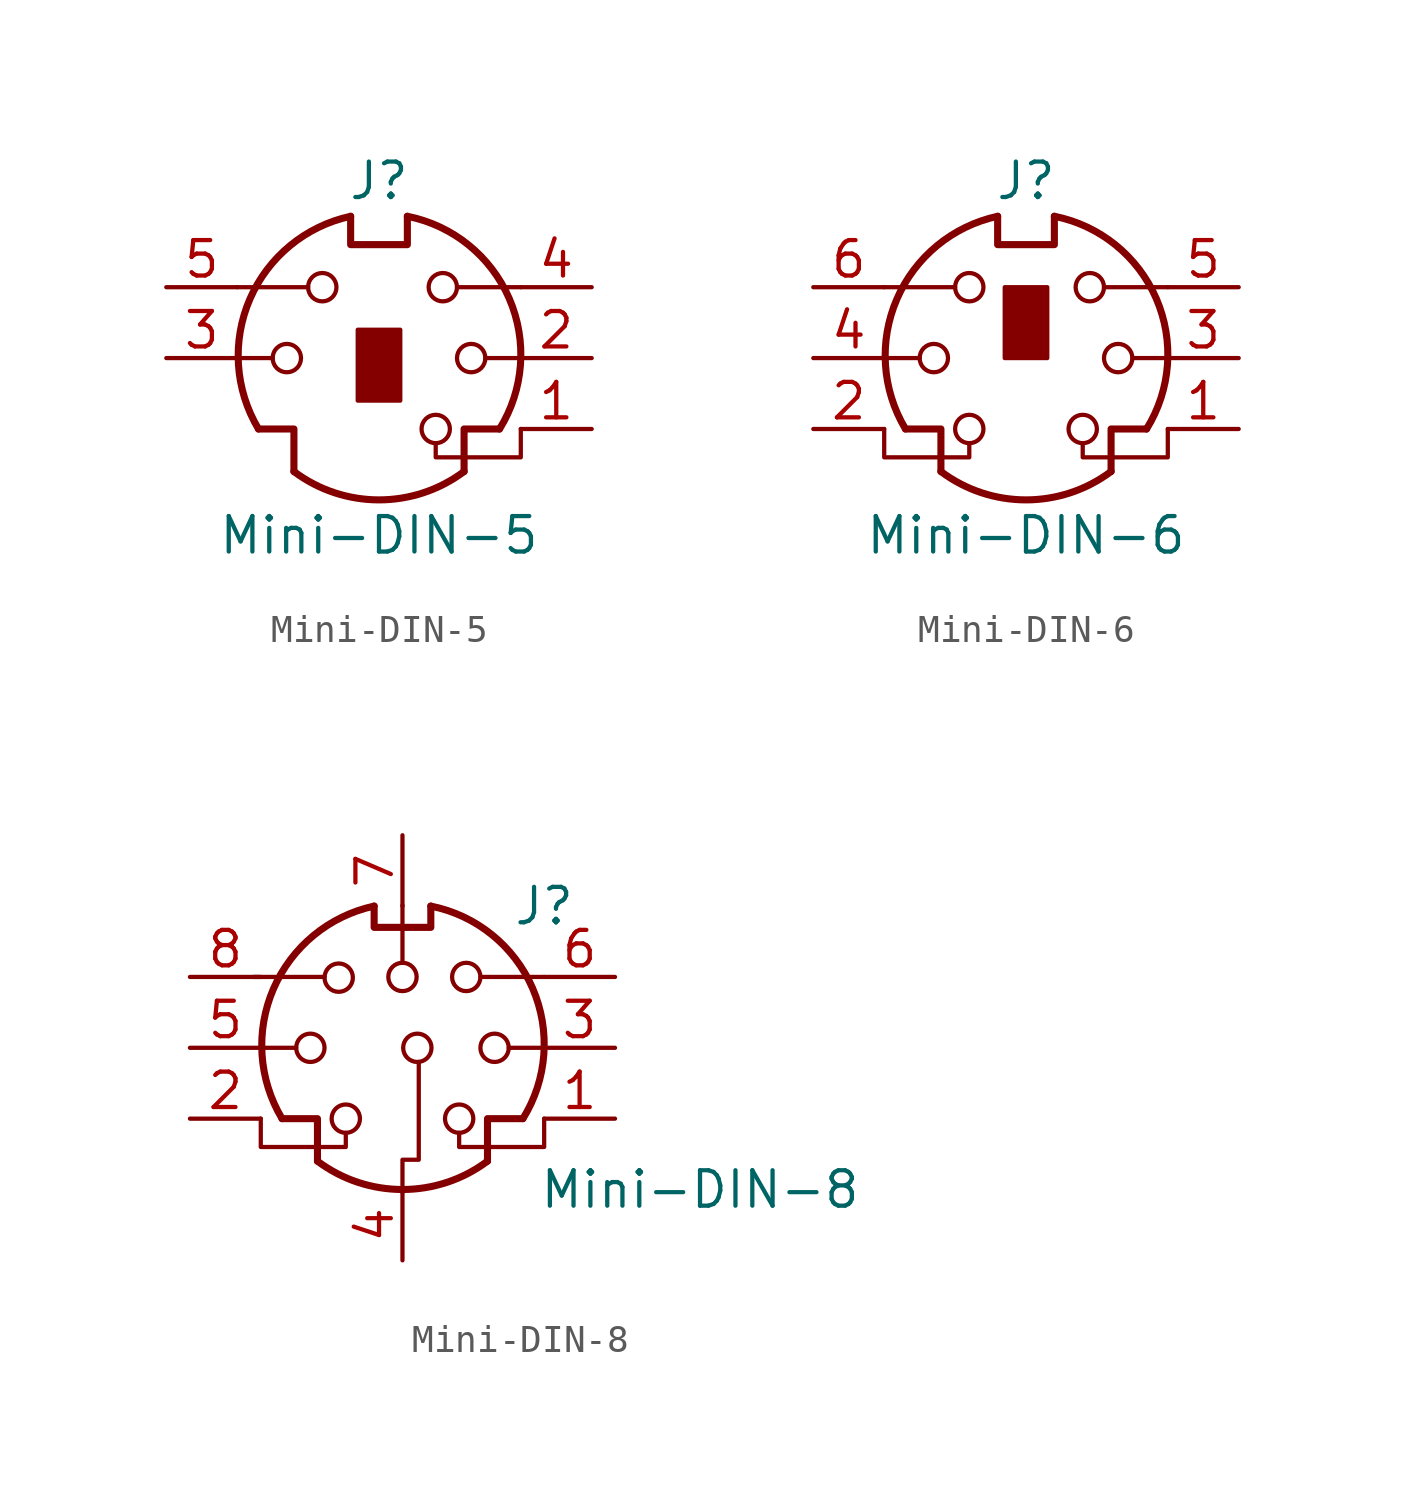
<source format=kicad_sym>
(kicad_symbol_lib
  (version 20211014)
  (generator kicad_symbol_editor)
  (symbol "Mini-DIN-5"
    (pin_names
      (offset 1.016))
    (property "Reference" "J"
      (at 0 6.35 0)
      (effects (font (size 1.27 1.27))))
    (property "Value" "Mini-DIN-5"
      (at 0 -6.35 0)
      (effects (font (size 1.27 1.27))))
    (symbol "Mini-DIN-5_0_1"
      (circle (center -3.302 0) (radius 0.508) (stroke (width 0) (type default) (color 0 0 0 0)) (fill (type none)))
      (arc (start -3.048 -4.064) (mid 0 -5.08) (end 3.048 -4.064) (stroke (width 0.254) (type default) (color 0 0 0 0)) (fill (type none)))
      (circle (center -2.032 2.54) (radius 0.508) (stroke (width 0) (type default) (color 0 0 0 0)) (fill (type none)))
      (arc (start -1.016 5.08) (mid -4.6228 2.1214) (end -4.318 -2.54) (stroke (width 0.254) (type default) (color 0 0 0 0)) (fill (type none)))
      (rectangle (start -0.762 1.016) (end 0.762 -1.524) (stroke (width 0) (type default) (color 0 0 0 0)) (fill (type outline)))
      (polyline (pts (xy -3.81 0) (xy -5.08 0)) (stroke (width 0) (type default) (color 0 0 0 0)) (fill (type none)))
      (polyline (pts (xy -2.54 2.54) (xy -5.08 2.54)) (stroke (width 0) (type default) (color 0 0 0 0)) (fill (type none)))
      (polyline (pts (xy 2.794 2.54) (xy 5.08 2.54)) (stroke (width 0) (type default) (color 0 0 0 0)) (fill (type none)))
      (polyline (pts (xy 5.08 0) (xy 3.81 0)) (stroke (width 0) (type default) (color 0 0 0 0)) (fill (type none)))
      (polyline (pts (xy -4.318 -2.54) (xy -3.048 -2.54) (xy -3.048 -4.064)) (stroke (width 0.254) (type default) (color 0 0 0 0)) (fill (type none)))
      (polyline (pts (xy 4.318 -2.54) (xy 3.048 -2.54) (xy 3.048 -4.064)) (stroke (width 0.254) (type default) (color 0 0 0 0)) (fill (type none)))
      (polyline (pts (xy -1.016 5.08) (xy -1.016 4.064) (xy 1.016 4.064) (xy 1.016 5.08)) (stroke (width 0.254) (type default) (color 0 0 0 0)) (fill (type none)))
      (polyline (pts (xy 2.032 -3.048) (xy 2.032 -3.556) (xy 5.08 -3.556) (xy 5.08 -2.54)) (stroke (width 0) (type default) (color 0 0 0 0)) (fill (type none)))
      (circle (center 2.032 -2.54) (radius 0.508) (stroke (width 0) (type default) (color 0 0 0 0)) (fill (type none)))
      (circle (center 2.286 2.54) (radius 0.508) (stroke (width 0) (type default) (color 0 0 0 0)) (fill (type none)))
      (circle (center 3.302 0) (radius 0.508) (stroke (width 0) (type default) (color 0 0 0 0)) (fill (type none)))
      (arc (start 4.318 -2.54) (mid 4.6661 2.1322) (end 1.016 5.08) (stroke (width 0.254) (type default) (color 0 0 0 0)) (fill (type none))))
    (symbol "Mini-DIN-5_1_1"
      (pin passive line (at 7.62 -2.54 180) (length 2.54) (name "~" (effects (font (size 1.27 1.27)))) (number "1" (effects (font (size 1.27 1.27)))))
      (pin passive line (at 7.62 0 180) (length 2.54) (name "~" (effects (font (size 1.27 1.27)))) (number "2" (effects (font (size 1.27 1.27)))))
      (pin passive line (at -7.62 0 0) (length 2.54) (name "~" (effects (font (size 1.27 1.27)))) (number "3" (effects (font (size 1.27 1.27)))))
      (pin passive line (at 7.62 2.54 180) (length 2.54) (name "~" (effects (font (size 1.27 1.27)))) (number "4" (effects (font (size 1.27 1.27)))))
      (pin passive line (at -7.62 2.54 0) (length 2.54) (name "~" (effects (font (size 1.27 1.27)))) (number "5" (effects (font (size 1.27 1.27)))))))
  (symbol "Mini-DIN-6"
    (pin_names
      (offset 1.016))
    (property "Reference" "J"
      (at 0 6.35 0)
      (effects (font (size 1.27 1.27))))
    (property "Value" "Mini-DIN-6"
      (at 0 -6.35 0)
      (effects (font (size 1.27 1.27))))
    (symbol "Mini-DIN-6_0_1"
      (circle (center -3.302 0) (radius 0.508) (stroke (width 0) (type default) (color 0 0 0 0)) (fill (type none)))
      (arc (start -3.048 -4.064) (mid 0 -5.08) (end 3.048 -4.064) (stroke (width 0.254) (type default) (color 0 0 0 0)) (fill (type none)))
      (circle (center -2.032 -2.54) (radius 0.508) (stroke (width 0) (type default) (color 0 0 0 0)) (fill (type none)))
      (circle (center -2.032 2.54) (radius 0.508) (stroke (width 0) (type default) (color 0 0 0 0)) (fill (type none)))
      (arc (start -1.016 5.08) (mid -4.6228 2.1214) (end -4.318 -2.54) (stroke (width 0.254) (type default) (color 0 0 0 0)) (fill (type none)))
      (rectangle (start -0.762 2.54) (end 0.762 0) (stroke (width 0) (type default) (color 0 0 0 0)) (fill (type outline)))
      (polyline (pts (xy -3.81 0) (xy -5.08 0)) (stroke (width 0) (type default) (color 0 0 0 0)) (fill (type none)))
      (polyline (pts (xy -2.54 2.54) (xy -5.08 2.54)) (stroke (width 0) (type default) (color 0 0 0 0)) (fill (type none)))
      (polyline (pts (xy 2.794 2.54) (xy 5.08 2.54)) (stroke (width 0) (type default) (color 0 0 0 0)) (fill (type none)))
      (polyline (pts (xy 5.08 0) (xy 3.81 0)) (stroke (width 0) (type default) (color 0 0 0 0)) (fill (type none)))
      (polyline (pts (xy -4.318 -2.54) (xy -3.048 -2.54) (xy -3.048 -4.064)) (stroke (width 0.254) (type default) (color 0 0 0 0)) (fill (type none)))
      (polyline (pts (xy 4.318 -2.54) (xy 3.048 -2.54) (xy 3.048 -4.064)) (stroke (width 0.254) (type default) (color 0 0 0 0)) (fill (type none)))
      (polyline (pts (xy -2.032 -3.048) (xy -2.032 -3.556) (xy -5.08 -3.556) (xy -5.08 -2.54)) (stroke (width 0) (type default) (color 0 0 0 0)) (fill (type none)))
      (polyline (pts (xy -1.016 5.08) (xy -1.016 4.064) (xy 1.016 4.064) (xy 1.016 5.08)) (stroke (width 0.254) (type default) (color 0 0 0 0)) (fill (type none)))
      (polyline (pts (xy 2.032 -3.048) (xy 2.032 -3.556) (xy 5.08 -3.556) (xy 5.08 -2.54)) (stroke (width 0) (type default) (color 0 0 0 0)) (fill (type none)))
      (circle (center 2.032 -2.54) (radius 0.508) (stroke (width 0) (type default) (color 0 0 0 0)) (fill (type none)))
      (circle (center 2.286 2.54) (radius 0.508) (stroke (width 0) (type default) (color 0 0 0 0)) (fill (type none)))
      (circle (center 3.302 0) (radius 0.508) (stroke (width 0) (type default) (color 0 0 0 0)) (fill (type none)))
      (arc (start 4.318 -2.54) (mid 4.6661 2.1322) (end 1.016 5.08) (stroke (width 0.254) (type default) (color 0 0 0 0)) (fill (type none))))
    (symbol "Mini-DIN-6_1_1"
      (pin passive line (at 7.62 -2.54 180) (length 2.54) (name "~" (effects (font (size 1.27 1.27)))) (number "1" (effects (font (size 1.27 1.27)))))
      (pin passive line (at -7.62 -2.54 0) (length 2.54) (name "~" (effects (font (size 1.27 1.27)))) (number "2" (effects (font (size 1.27 1.27)))))
      (pin passive line (at 7.62 0 180) (length 2.54) (name "~" (effects (font (size 1.27 1.27)))) (number "3" (effects (font (size 1.27 1.27)))))
      (pin passive line (at -7.62 0 0) (length 2.54) (name "~" (effects (font (size 1.27 1.27)))) (number "4" (effects (font (size 1.27 1.27)))))
      (pin passive line (at 7.62 2.54 180) (length 2.54) (name "~" (effects (font (size 1.27 1.27)))) (number "5" (effects (font (size 1.27 1.27)))))
      (pin passive line (at -7.62 2.54 0) (length 2.54) (name "~" (effects (font (size 1.27 1.27)))) (number "6" (effects (font (size 1.27 1.27)))))))
  (symbol "Mini-DIN-8"
    (pin_names
      (offset 1.016))
    (property "Reference" "J"
      (at 5.08 5.08 0)
      (effects (font (size 1.27 1.27))))
    (property "Value" "Mini-DIN-8"
      (at 10.668 -5.08 0)
      (effects (font (size 1.27 1.27))))
    (symbol "Mini-DIN-8_0_1"
      (circle (center -3.302 0) (radius 0.508) (stroke (width 0) (type default) (color 0 0 0 0)) (fill (type none)))
      (arc (start -3.048 -4.064) (mid 0 -5.08) (end 3.048 -4.064) (stroke (width 0.254) (type default) (color 0 0 0 0)) (fill (type none)))
      (circle (center -2.286 2.515) (radius 0.508) (stroke (width 0) (type default) (color 0 0 0 0)) (fill (type none)))
      (circle (center -2.032 -2.54) (radius 0.508) (stroke (width 0) (type default) (color 0 0 0 0)) (fill (type none)))
      (arc (start -1.016 5.08) (mid -4.6228 2.1214) (end -4.318 -2.54) (stroke (width 0.254) (type default) (color 0 0 0 0)) (fill (type none)))
      (polyline (pts (xy -3.81 0) (xy -5.08 0)) (stroke (width 0) (type default) (color 0 0 0 0)) (fill (type none)))
      (polyline (pts (xy -2.794 2.54) (xy -5.334 2.54)) (stroke (width 0) (type default) (color 0 0 0 0)) (fill (type none)))
      (polyline (pts (xy 0 5.105) (xy 0 3.048)) (stroke (width 0) (type default) (color 0 0 0 0)) (fill (type none)))
      (polyline (pts (xy 2.794 2.54) (xy 5.08 2.54)) (stroke (width 0) (type default) (color 0 0 0 0)) (fill (type none)))
      (polyline (pts (xy 5.08 0) (xy 3.81 0)) (stroke (width 0) (type default) (color 0 0 0 0)) (fill (type none)))
      (polyline (pts (xy -4.318 -2.54) (xy -3.048 -2.54) (xy -3.048 -4.064)) (stroke (width 0.254) (type default) (color 0 0 0 0)) (fill (type none)))
      (polyline (pts (xy 4.318 -2.54) (xy 3.048 -2.54) (xy 3.048 -4.064)) (stroke (width 0.254) (type default) (color 0 0 0 0)) (fill (type none)))
      (polyline (pts (xy -2.032 -3.048) (xy -2.032 -3.556) (xy -5.08 -3.556) (xy -5.08 -2.54)) (stroke (width 0) (type default) (color 0 0 0 0)) (fill (type none)))
      (polyline (pts (xy -1.016 5.08) (xy -1.016 4.318) (xy 1.016 4.318) (xy 1.016 5.08)) (stroke (width 0.254) (type default) (color 0 0 0 0)) (fill (type none)))
      (polyline (pts (xy 0.584 -0.508) (xy 0.584 -4.013) (xy 0 -4.013) (xy 0 -5.182)) (stroke (width 0) (type default) (color 0 0 0 0)) (fill (type none)))
      (polyline (pts (xy 2.032 -3.048) (xy 2.032 -3.556) (xy 5.08 -3.556) (xy 5.08 -2.54)) (stroke (width 0) (type default) (color 0 0 0 0)) (fill (type none)))
      (circle (center 0 2.54) (radius 0.508) (stroke (width 0) (type default) (color 0 0 0 0)) (fill (type none)))
      (circle (center 2.032 -2.54) (radius 0.508) (stroke (width 0) (type default) (color 0 0 0 0)) (fill (type none)))
      (circle (center 2.286 2.54) (radius 0.508) (stroke (width 0) (type default) (color 0 0 0 0)) (fill (type none)))
      (circle (center 3.302 0) (radius 0.508) (stroke (width 0) (type default) (color 0 0 0 0)) (fill (type none)))
      (arc (start 4.318 -2.54) (mid 4.6661 2.1322) (end 1.016 5.08) (stroke (width 0.254) (type default) (color 0 0 0 0)) (fill (type none))))
    (symbol "Mini-DIN-8_1_1"
      (circle (center 0.533 0) (radius 0.508) (stroke (width 0) (type default) (color 0 0 0 0)) (fill (type none)))
      (pin passive line (at 7.62 -2.54 180) (length 2.54) (name "~" (effects (font (size 1.27 1.27)))) (number "1" (effects (font (size 1.27 1.27)))))
      (pin passive line (at -7.62 -2.54 0) (length 2.54) (name "~" (effects (font (size 1.27 1.27)))) (number "2" (effects (font (size 1.27 1.27)))))
      (pin passive line (at 7.62 0 180) (length 2.54) (name "~" (effects (font (size 1.27 1.27)))) (number "3" (effects (font (size 1.27 1.27)))))
      (pin passive line (at 0 -7.62 90) (length 2.54) (name "~" (effects (font (size 1.27 1.27)))) (number "4" (effects (font (size 1.27 1.27)))))
      (pin passive line (at -7.62 0 0) (length 2.54) (name "~" (effects (font (size 1.27 1.27)))) (number "5" (effects (font (size 1.27 1.27)))))
      (pin passive line (at 7.62 2.54 180) (length 2.54) (name "~" (effects (font (size 1.27 1.27)))) (number "6" (effects (font (size 1.27 1.27)))))
      (pin passive line (at 0 7.62 270) (length 2.54) (name "~" (effects (font (size 1.27 1.27)))) (number "7" (effects (font (size 1.27 1.27)))))
      (pin passive line (at -7.62 2.54 0) (length 2.54) (name "~" (effects (font (size 1.27 1.27)))) (number "8" (effects (font (size 1.27 1.27))))))))
</source>
